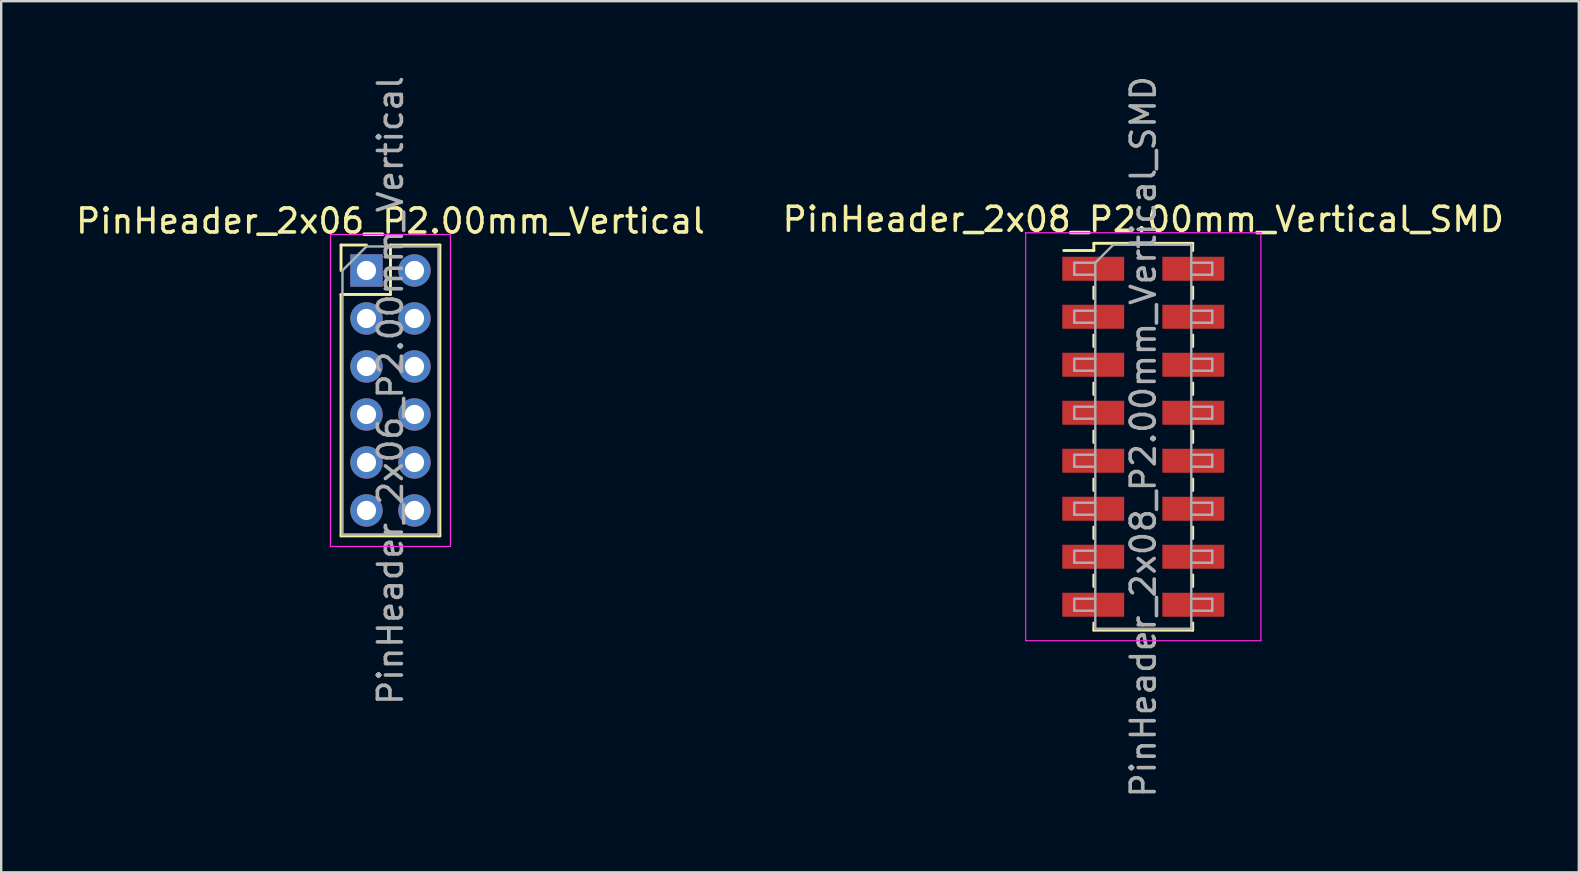
<source format=kicad_pcb>
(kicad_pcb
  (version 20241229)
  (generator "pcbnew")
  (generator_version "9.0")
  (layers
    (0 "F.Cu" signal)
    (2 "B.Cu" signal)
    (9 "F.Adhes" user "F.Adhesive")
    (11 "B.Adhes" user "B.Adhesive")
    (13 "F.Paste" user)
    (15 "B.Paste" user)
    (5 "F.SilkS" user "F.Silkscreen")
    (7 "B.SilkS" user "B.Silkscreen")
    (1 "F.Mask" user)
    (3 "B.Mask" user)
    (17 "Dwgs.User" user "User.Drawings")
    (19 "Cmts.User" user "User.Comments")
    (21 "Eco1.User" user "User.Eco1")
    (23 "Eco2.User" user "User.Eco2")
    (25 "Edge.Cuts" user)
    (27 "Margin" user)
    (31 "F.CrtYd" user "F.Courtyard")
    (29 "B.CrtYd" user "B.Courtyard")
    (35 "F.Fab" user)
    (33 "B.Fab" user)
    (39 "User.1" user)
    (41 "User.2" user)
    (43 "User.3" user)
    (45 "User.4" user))
  (footprint "PinHeader_2x08_P2.00mm_Vertical_SMD"
    (layer "F.Cu")
    (at 44.589 15.149)
    (property "Reference" "PinHeader_2x08_P2.00mm_Vertical_SMD" (at 0 -9.06 0) (layer "F.SilkS") (effects (font (size 1 1) (thickness 0.15))))
    (attr smd)
    (fp_line (start -3.315 -7.76) (end -2.06 -7.76) (stroke (width 0.12) (type solid)) (layer "F.SilkS"))
    (fp_line (start -2.06 -8.06) (end -2.06 -7.76) (stroke (width 0.12) (type solid)) (layer "F.SilkS"))
    (fp_line (start -2.06 -8.06) (end 2.06 -8.06) (stroke (width 0.12) (type solid)) (layer "F.SilkS"))
    (fp_line (start -2.06 -6.24) (end -2.06 -5.76) (stroke (width 0.12) (type solid)) (layer "F.SilkS"))
    (fp_line (start -2.06 -4.24) (end -2.06 -3.76) (stroke (width 0.12) (type solid)) (layer "F.SilkS"))
    (fp_line (start -2.06 -2.24) (end -2.06 -1.76) (stroke (width 0.12) (type solid)) (layer "F.SilkS"))
    (fp_line (start -2.06 -0.24) (end -2.06 0.24) (stroke (width 0.12) (type solid)) (layer "F.SilkS"))
    (fp_line (start -2.06 1.76) (end -2.06 2.24) (stroke (width 0.12) (type solid)) (layer "F.SilkS"))
    (fp_line (start -2.06 3.76) (end -2.06 4.24) (stroke (width 0.12) (type solid)) (layer "F.SilkS"))
    (fp_line (start -2.06 5.76) (end -2.06 6.24) (stroke (width 0.12) (type solid)) (layer "F.SilkS"))
    (fp_line (start -2.06 7.76) (end -2.06 8.06) (stroke (width 0.12) (type solid)) (layer "F.SilkS"))
    (fp_line (start -2.06 8.06) (end 2.06 8.06) (stroke (width 0.12) (type solid)) (layer "F.SilkS"))
    (fp_line (start 2.06 -8.06) (end 2.06 -7.76) (stroke (width 0.12) (type solid)) (layer "F.SilkS"))
    (fp_line (start 2.06 -6.24) (end 2.06 -5.76) (stroke (width 0.12) (type solid)) (layer "F.SilkS"))
    (fp_line (start 2.06 -4.24) (end 2.06 -3.76) (stroke (width 0.12) (type solid)) (layer "F.SilkS"))
    (fp_line (start 2.06 -2.24) (end 2.06 -1.76) (stroke (width 0.12) (type solid)) (layer "F.SilkS"))
    (fp_line (start 2.06 -0.24) (end 2.06 0.24) (stroke (width 0.12) (type solid)) (layer "F.SilkS"))
    (fp_line (start 2.06 1.76) (end 2.06 2.24) (stroke (width 0.12) (type solid)) (layer "F.SilkS"))
    (fp_line (start 2.06 3.76) (end 2.06 4.24) (stroke (width 0.12) (type solid)) (layer "F.SilkS"))
    (fp_line (start 2.06 5.76) (end 2.06 6.24) (stroke (width 0.12) (type solid)) (layer "F.SilkS"))
    (fp_line (start 2.06 7.76) (end 2.06 8.06) (stroke (width 0.12) (type solid)) (layer "F.SilkS"))
    (fp_line (start -4.9 -8.5) (end -4.9 8.5) (stroke (width 0.05) (type solid)) (layer "F.CrtYd"))
    (fp_line (start -4.9 8.5) (end 4.9 8.5) (stroke (width 0.05) (type solid)) (layer "F.CrtYd"))
    (fp_line (start 4.9 -8.5) (end -4.9 -8.5) (stroke (width 0.05) (type solid)) (layer "F.CrtYd"))
    (fp_line (start 4.9 8.5) (end 4.9 -8.5) (stroke (width 0.05) (type solid)) (layer "F.CrtYd"))
    (fp_line (start -2.875 -7.25) (end -2.875 -6.75) (stroke (width 0.1) (type solid)) (layer "F.Fab"))
    (fp_line (start -2.875 -6.75) (end -2 -6.75) (stroke (width 0.1) (type solid)) (layer "F.Fab"))
    (fp_line (start -2.875 -5.25) (end -2.875 -4.75) (stroke (width 0.1) (type solid)) (layer "F.Fab"))
    (fp_line (start -2.875 -4.75) (end -2 -4.75) (stroke (width 0.1) (type solid)) (layer "F.Fab"))
    (fp_line (start -2.875 -3.25) (end -2.875 -2.75) (stroke (width 0.1) (type solid)) (layer "F.Fab"))
    (fp_line (start -2.875 -2.75) (end -2 -2.75) (stroke (width 0.1) (type solid)) (layer "F.Fab"))
    (fp_line (start -2.875 -1.25) (end -2.875 -0.75) (stroke (width 0.1) (type solid)) (layer "F.Fab"))
    (fp_line (start -2.875 -0.75) (end -2 -0.75) (stroke (width 0.1) (type solid)) (layer "F.Fab"))
    (fp_line (start -2.875 0.75) (end -2.875 1.25) (stroke (width 0.1) (type solid)) (layer "F.Fab"))
    (fp_line (start -2.875 1.25) (end -2 1.25) (stroke (width 0.1) (type solid)) (layer "F.Fab"))
    (fp_line (start -2.875 2.75) (end -2.875 3.25) (stroke (width 0.1) (type solid)) (layer "F.Fab"))
    (fp_line (start -2.875 3.25) (end -2 3.25) (stroke (width 0.1) (type solid)) (layer "F.Fab"))
    (fp_line (start -2.875 4.75) (end -2.875 5.25) (stroke (width 0.1) (type solid)) (layer "F.Fab"))
    (fp_line (start -2.875 5.25) (end -2 5.25) (stroke (width 0.1) (type solid)) (layer "F.Fab"))
    (fp_line (start -2.875 6.75) (end -2.875 7.25) (stroke (width 0.1) (type solid)) (layer "F.Fab"))
    (fp_line (start -2.875 7.25) (end -2 7.25) (stroke (width 0.1) (type solid)) (layer "F.Fab"))
    (fp_line (start -2 -7.25) (end -2.875 -7.25) (stroke (width 0.1) (type solid)) (layer "F.Fab"))
    (fp_line (start -2 -7.25) (end -1.25 -8) (stroke (width 0.1) (type solid)) (layer "F.Fab"))
    (fp_line (start -2 -5.25) (end -2.875 -5.25) (stroke (width 0.1) (type solid)) (layer "F.Fab"))
    (fp_line (start -2 -3.25) (end -2.875 -3.25) (stroke (width 0.1) (type solid)) (layer "F.Fab"))
    (fp_line (start -2 -1.25) (end -2.875 -1.25) (stroke (width 0.1) (type solid)) (layer "F.Fab"))
    (fp_line (start -2 0.75) (end -2.875 0.75) (stroke (width 0.1) (type solid)) (layer "F.Fab"))
    (fp_line (start -2 2.75) (end -2.875 2.75) (stroke (width 0.1) (type solid)) (layer "F.Fab"))
    (fp_line (start -2 4.75) (end -2.875 4.75) (stroke (width 0.1) (type solid)) (layer "F.Fab"))
    (fp_line (start -2 6.75) (end -2.875 6.75) (stroke (width 0.1) (type solid)) (layer "F.Fab"))
    (fp_line (start -2 8) (end -2 -7.25) (stroke (width 0.1) (type solid)) (layer "F.Fab"))
    (fp_line (start -1.25 -8) (end 2 -8) (stroke (width 0.1) (type solid)) (layer "F.Fab"))
    (fp_line (start 2 -8) (end 2 8) (stroke (width 0.1) (type solid)) (layer "F.Fab"))
    (fp_line (start 2 -7.25) (end 2.875 -7.25) (stroke (width 0.1) (type solid)) (layer "F.Fab"))
    (fp_line (start 2 -5.25) (end 2.875 -5.25) (stroke (width 0.1) (type solid)) (layer "F.Fab"))
    (fp_line (start 2 -3.25) (end 2.875 -3.25) (stroke (width 0.1) (type solid)) (layer "F.Fab"))
    (fp_line (start 2 -1.25) (end 2.875 -1.25) (stroke (width 0.1) (type solid)) (layer "F.Fab"))
    (fp_line (start 2 0.75) (end 2.875 0.75) (stroke (width 0.1) (type solid)) (layer "F.Fab"))
    (fp_line (start 2 2.75) (end 2.875 2.75) (stroke (width 0.1) (type solid)) (layer "F.Fab"))
    (fp_line (start 2 4.75) (end 2.875 4.75) (stroke (width 0.1) (type solid)) (layer "F.Fab"))
    (fp_line (start 2 6.75) (end 2.875 6.75) (stroke (width 0.1) (type solid)) (layer "F.Fab"))
    (fp_line (start 2 8) (end -2 8) (stroke (width 0.1) (type solid)) (layer "F.Fab"))
    (fp_line (start 2.875 -7.25) (end 2.875 -6.75) (stroke (width 0.1) (type solid)) (layer "F.Fab"))
    (fp_line (start 2.875 -6.75) (end 2 -6.75) (stroke (width 0.1) (type solid)) (layer "F.Fab"))
    (fp_line (start 2.875 -5.25) (end 2.875 -4.75) (stroke (width 0.1) (type solid)) (layer "F.Fab"))
    (fp_line (start 2.875 -4.75) (end 2 -4.75) (stroke (width 0.1) (type solid)) (layer "F.Fab"))
    (fp_line (start 2.875 -3.25) (end 2.875 -2.75) (stroke (width 0.1) (type solid)) (layer "F.Fab"))
    (fp_line (start 2.875 -2.75) (end 2 -2.75) (stroke (width 0.1) (type solid)) (layer "F.Fab"))
    (fp_line (start 2.875 -1.25) (end 2.875 -0.75) (stroke (width 0.1) (type solid)) (layer "F.Fab"))
    (fp_line (start 2.875 -0.75) (end 2 -0.75) (stroke (width 0.1) (type solid)) (layer "F.Fab"))
    (fp_line (start 2.875 0.75) (end 2.875 1.25) (stroke (width 0.1) (type solid)) (layer "F.Fab"))
    (fp_line (start 2.875 1.25) (end 2 1.25) (stroke (width 0.1) (type solid)) (layer "F.Fab"))
    (fp_line (start 2.875 2.75) (end 2.875 3.25) (stroke (width 0.1) (type solid)) (layer "F.Fab"))
    (fp_line (start 2.875 3.25) (end 2 3.25) (stroke (width 0.1) (type solid)) (layer "F.Fab"))
    (fp_line (start 2.875 4.75) (end 2.875 5.25) (stroke (width 0.1) (type solid)) (layer "F.Fab"))
    (fp_line (start 2.875 5.25) (end 2 5.25) (stroke (width 0.1) (type solid)) (layer "F.Fab"))
    (fp_line (start 2.875 6.75) (end 2.875 7.25) (stroke (width 0.1) (type solid)) (layer "F.Fab"))
    (fp_line (start 2.875 7.25) (end 2 7.25) (stroke (width 0.1) (type solid)) (layer "F.Fab"))
    (fp_text user "${REFERENCE}" (at 0 0 90) (layer "F.Fab") (effects (font (size 1 1) (thickness 0.15))))
    (pad "1" smd rect (at -2.085 -7) (size 2.58 1) (layers "F.Cu" "F.Mask" "F.Paste"))
    (pad "2" smd rect (at 2.085 -7) (size 2.58 1) (layers "F.Cu" "F.Mask" "F.Paste"))
    (pad "3" smd rect (at -2.085 -5) (size 2.58 1) (layers "F.Cu" "F.Mask" "F.Paste"))
    (pad "4" smd rect (at 2.085 -5) (size 2.58 1) (layers "F.Cu" "F.Mask" "F.Paste"))
    (pad "5" smd rect (at -2.085 -3) (size 2.58 1) (layers "F.Cu" "F.Mask" "F.Paste"))
    (pad "6" smd rect (at 2.085 -3) (size 2.58 1) (layers "F.Cu" "F.Mask" "F.Paste"))
    (pad "7" smd rect (at -2.085 -1) (size 2.58 1) (layers "F.Cu" "F.Mask" "F.Paste"))
    (pad "8" smd rect (at 2.085 -1) (size 2.58 1) (layers "F.Cu" "F.Mask" "F.Paste"))
    (pad "9" smd rect (at -2.085 1) (size 2.58 1) (layers "F.Cu" "F.Mask" "F.Paste"))
    (pad "10" smd rect (at 2.085 1) (size 2.58 1) (layers "F.Cu" "F.Mask" "F.Paste"))
    (pad "11" smd rect (at -2.085 3) (size 2.58 1) (layers "F.Cu" "F.Mask" "F.Paste"))
    (pad "12" smd rect (at 2.085 3) (size 2.58 1) (layers "F.Cu" "F.Mask" "F.Paste"))
    (pad "13" smd rect (at -2.085 5) (size 2.58 1) (layers "F.Cu" "F.Mask" "F.Paste"))
    (pad "14" smd rect (at 2.085 5) (size 2.58 1) (layers "F.Cu" "F.Mask" "F.Paste"))
    (pad "15" smd rect (at -2.085 7) (size 2.58 1) (layers "F.Cu" "F.Mask" "F.Paste"))
    (pad "16" smd rect (at 2.085 7) (size 2.58 1) (layers "F.Cu" "F.Mask" "F.Paste")))
  (footprint "PinHeader_2x06_P2.00mm_Vertical"
    (layer "F.Cu")
    (at 12.22 8.22)
    (property "Reference" "PinHeader_2x06_P2.00mm_Vertical" (at 1 -2.06 0) (layer "F.SilkS") (effects (font (size 1 1) (thickness 0.15))))
    (attr through_hole)
    (fp_line (start -1.06 -1.06) (end 0 -1.06) (stroke (width 0.12) (type solid)) (layer "F.SilkS"))
    (fp_line (start -1.06 0) (end -1.06 -1.06) (stroke (width 0.12) (type solid)) (layer "F.SilkS"))
    (fp_line (start -1.06 1) (end -1.06 11.06) (stroke (width 0.12) (type solid)) (layer "F.SilkS"))
    (fp_line (start -1.06 1) (end 1 1) (stroke (width 0.12) (type solid)) (layer "F.SilkS"))
    (fp_line (start -1.06 11.06) (end 3.06 11.06) (stroke (width 0.12) (type solid)) (layer "F.SilkS"))
    (fp_line (start 1 -1.06) (end 3.06 -1.06) (stroke (width 0.12) (type solid)) (layer "F.SilkS"))
    (fp_line (start 1 1) (end 1 -1.06) (stroke (width 0.12) (type solid)) (layer "F.SilkS"))
    (fp_line (start 3.06 -1.06) (end 3.06 11.06) (stroke (width 0.12) (type solid)) (layer "F.SilkS"))
    (fp_line (start -1.5 -1.5) (end -1.5 11.5) (stroke (width 0.05) (type solid)) (layer "F.CrtYd"))
    (fp_line (start -1.5 11.5) (end 3.5 11.5) (stroke (width 0.05) (type solid)) (layer "F.CrtYd"))
    (fp_line (start 3.5 -1.5) (end -1.5 -1.5) (stroke (width 0.05) (type solid)) (layer "F.CrtYd"))
    (fp_line (start 3.5 11.5) (end 3.5 -1.5) (stroke (width 0.05) (type solid)) (layer "F.CrtYd"))
    (fp_line (start -1 0) (end 0 -1) (stroke (width 0.1) (type solid)) (layer "F.Fab"))
    (fp_line (start -1 11) (end -1 0) (stroke (width 0.1) (type solid)) (layer "F.Fab"))
    (fp_line (start 0 -1) (end 3 -1) (stroke (width 0.1) (type solid)) (layer "F.Fab"))
    (fp_line (start 3 -1) (end 3 11) (stroke (width 0.1) (type solid)) (layer "F.Fab"))
    (fp_line (start 3 11) (end -1 11) (stroke (width 0.1) (type solid)) (layer "F.Fab"))
    (fp_text user "${REFERENCE}" (at 1 5 90) (layer "F.Fab") (effects (font (size 1 1) (thickness 0.15))))
    (pad "1" thru_hole rect (at 0 0) (size 1.35 1.35) (drill 0.8) (layers "*.Cu" "*.Mask"))
    (pad "2" thru_hole oval (at 2 0) (size 1.35 1.35) (drill 0.8) (layers "*.Cu" "*.Mask"))
    (pad "3" thru_hole oval (at 0 2) (size 1.35 1.35) (drill 0.8) (layers "*.Cu" "*.Mask"))
    (pad "4" thru_hole oval (at 2 2) (size 1.35 1.35) (drill 0.8) (layers "*.Cu" "*.Mask"))
    (pad "5" thru_hole oval (at 0 4) (size 1.35 1.35) (drill 0.8) (layers "*.Cu" "*.Mask"))
    (pad "6" thru_hole oval (at 2 4) (size 1.35 1.35) (drill 0.8) (layers "*.Cu" "*.Mask"))
    (pad "7" thru_hole oval (at 0 6) (size 1.35 1.35) (drill 0.8) (layers "*.Cu" "*.Mask"))
    (pad "8" thru_hole oval (at 2 6) (size 1.35 1.35) (drill 0.8) (layers "*.Cu" "*.Mask"))
    (pad "9" thru_hole oval (at 0 8) (size 1.35 1.35) (drill 0.8) (layers "*.Cu" "*.Mask"))
    (pad "10" thru_hole oval (at 2 8) (size 1.35 1.35) (drill 0.8) (layers "*.Cu" "*.Mask"))
    (pad "11" thru_hole oval (at 0 10) (size 1.35 1.35) (drill 0.8) (layers "*.Cu" "*.Mask"))
    (pad "12" thru_hole oval (at 2 10) (size 1.35 1.35) (drill 0.8) (layers "*.Cu" "*.Mask")))
  (gr_rect
    (start -3 -3)
    (end 62.738 33.298)
    (stroke (width 0.1) (type default))
    (fill no)
    (layer "Edge.Cuts")))
</source>
